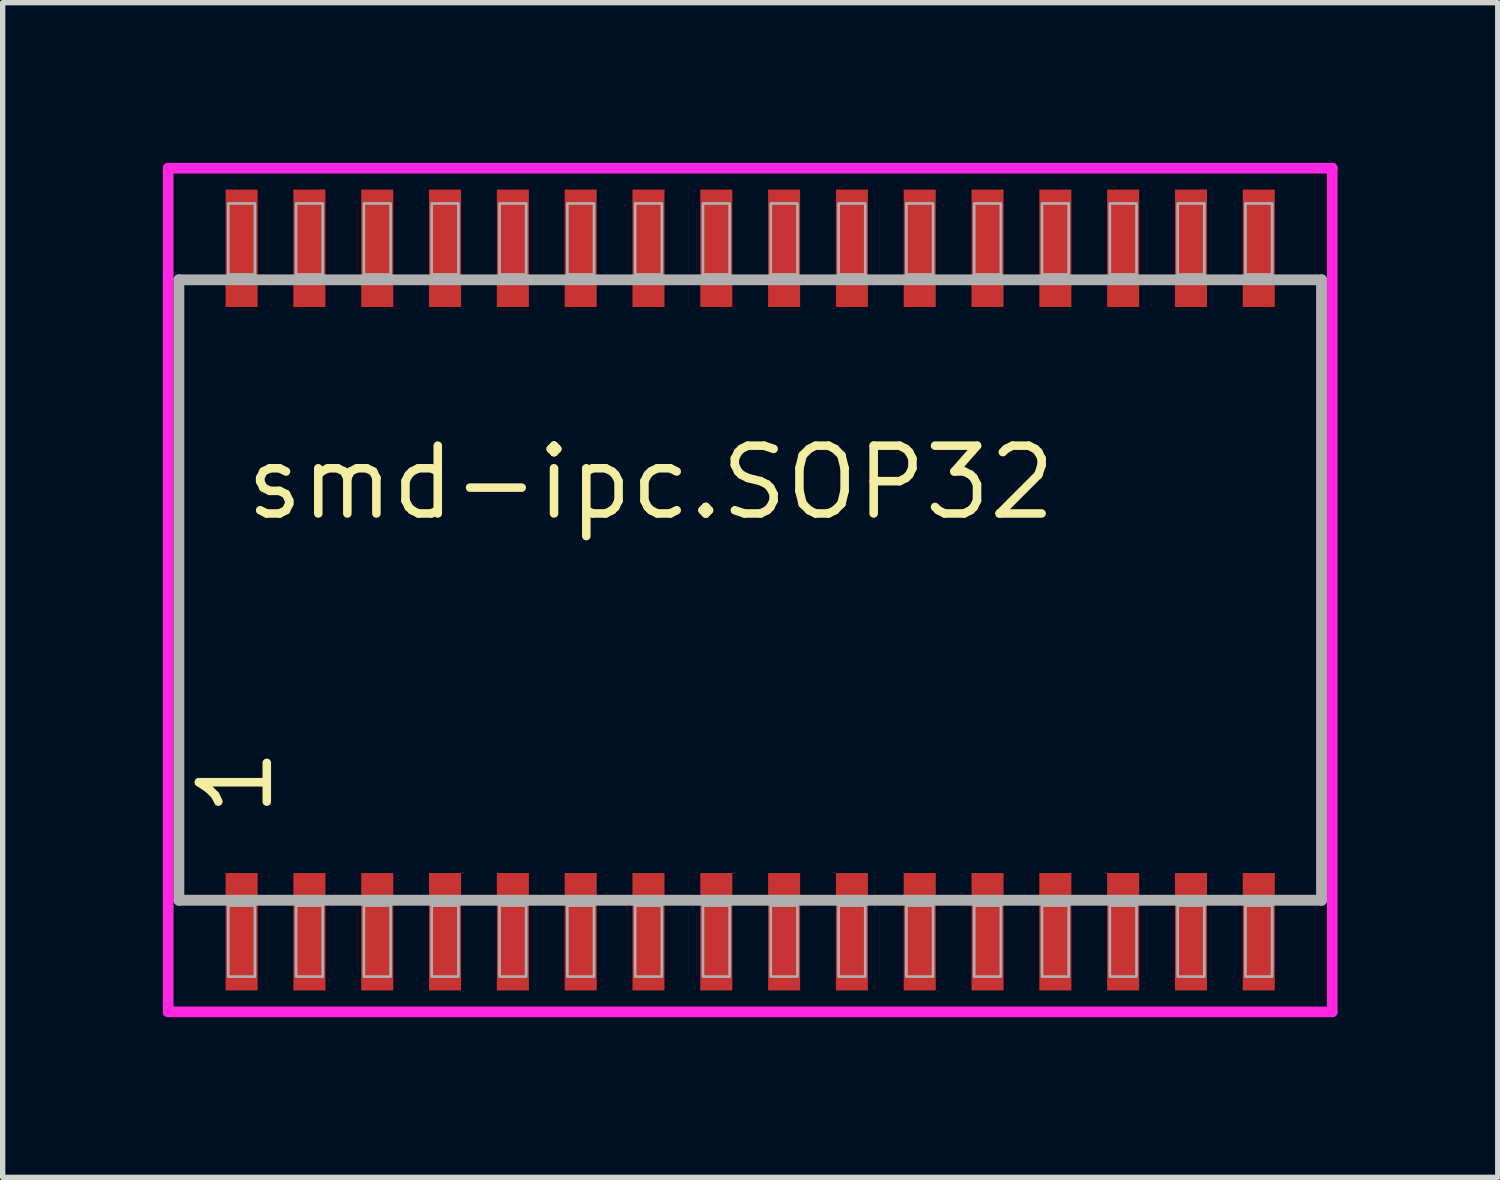
<source format=kicad_pcb>
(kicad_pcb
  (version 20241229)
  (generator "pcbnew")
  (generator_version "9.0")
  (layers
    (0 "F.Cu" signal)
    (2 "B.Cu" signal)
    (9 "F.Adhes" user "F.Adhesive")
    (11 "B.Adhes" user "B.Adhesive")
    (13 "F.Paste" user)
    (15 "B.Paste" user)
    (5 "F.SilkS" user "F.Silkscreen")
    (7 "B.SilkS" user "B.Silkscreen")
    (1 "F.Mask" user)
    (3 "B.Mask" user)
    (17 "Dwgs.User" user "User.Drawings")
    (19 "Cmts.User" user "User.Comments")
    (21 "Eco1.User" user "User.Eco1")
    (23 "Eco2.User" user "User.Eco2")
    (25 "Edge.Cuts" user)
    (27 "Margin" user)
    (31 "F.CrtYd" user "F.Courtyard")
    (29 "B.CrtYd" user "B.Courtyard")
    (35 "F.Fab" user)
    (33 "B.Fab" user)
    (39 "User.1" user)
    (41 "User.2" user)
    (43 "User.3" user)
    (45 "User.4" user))
  (footprint "smd-ipc.SOP32"
    (layer "F.Cu")
    (at 11 8)
    (property "Reference" "smd-ipc.SOP32" (at -9.525 -1.27 0) (layer "F.SilkS") (effects (font (size 1.27 1.27) (thickness 0.16)) (justify left bottom)))
    (attr smd)
    (fp_line (start -10.9 -7.9) (end 10.9 -7.9) (stroke (width 0.2) (type default)) (layer "F.CrtYd"))
    (fp_line (start -10.9 7.9) (end -10.9 -7.9) (stroke (width 0.2) (type default)) (layer "F.CrtYd"))
    (fp_line (start 10.9 -7.9) (end 10.9 7.9) (stroke (width 0.2) (type default)) (layer "F.CrtYd"))
    (fp_line (start 10.9 7.9) (end -10.9 7.9) (stroke (width 0.2) (type default)) (layer "F.CrtYd"))
    (fp_line (start -10.7 -5.81) (end 10.7 -5.81) (stroke (width 0.203) (type default)) (layer "F.Fab"))
    (fp_line (start -10.7 5.81) (end -10.7 -5.81) (stroke (width 0.203) (type default)) (layer "F.Fab"))
    (fp_line (start 10.7 -5.81) (end 10.7 5.81) (stroke (width 0.203) (type default)) (layer "F.Fab"))
    (fp_line (start 10.7 5.81) (end -10.7 5.81) (stroke (width 0.203) (type default)) (layer "F.Fab"))
    (fp_rect (start -9.775 -5.91) (end -9.275 -7.24) (stroke (width 0.05) (type default)) (fill no) (layer "F.Fab"))
    (fp_rect (start -9.775 7.24) (end -9.275 5.91) (stroke (width 0.05) (type default)) (fill no) (layer "F.Fab"))
    (fp_rect (start -8.505 -5.91) (end -8.005 -7.24) (stroke (width 0.05) (type default)) (fill no) (layer "F.Fab"))
    (fp_rect (start -8.505 7.24) (end -8.005 5.91) (stroke (width 0.05) (type default)) (fill no) (layer "F.Fab"))
    (fp_rect (start -7.235 -5.91) (end -6.735 -7.24) (stroke (width 0.05) (type default)) (fill no) (layer "F.Fab"))
    (fp_rect (start -7.235 7.24) (end -6.735 5.91) (stroke (width 0.05) (type default)) (fill no) (layer "F.Fab"))
    (fp_rect (start -5.965 -5.91) (end -5.465 -7.24) (stroke (width 0.05) (type default)) (fill no) (layer "F.Fab"))
    (fp_rect (start -5.965 7.24) (end -5.465 5.91) (stroke (width 0.05) (type default)) (fill no) (layer "F.Fab"))
    (fp_rect (start -4.695 -5.91) (end -4.195 -7.24) (stroke (width 0.05) (type default)) (fill no) (layer "F.Fab"))
    (fp_rect (start -4.695 7.24) (end -4.195 5.91) (stroke (width 0.05) (type default)) (fill no) (layer "F.Fab"))
    (fp_rect (start -3.425 -5.91) (end -2.925 -7.24) (stroke (width 0.05) (type default)) (fill no) (layer "F.Fab"))
    (fp_rect (start -3.425 7.24) (end -2.925 5.91) (stroke (width 0.05) (type default)) (fill no) (layer "F.Fab"))
    (fp_rect (start -2.155 -5.91) (end -1.655 -7.24) (stroke (width 0.05) (type default)) (fill no) (layer "F.Fab"))
    (fp_rect (start -2.155 7.24) (end -1.655 5.91) (stroke (width 0.05) (type default)) (fill no) (layer "F.Fab"))
    (fp_rect (start -0.885 -5.91) (end -0.385 -7.24) (stroke (width 0.05) (type default)) (fill no) (layer "F.Fab"))
    (fp_rect (start -0.885 7.24) (end -0.385 5.91) (stroke (width 0.05) (type default)) (fill no) (layer "F.Fab"))
    (fp_rect (start 0.385 -5.91) (end 0.885 -7.24) (stroke (width 0.05) (type default)) (fill no) (layer "F.Fab"))
    (fp_rect (start 0.385 7.24) (end 0.885 5.91) (stroke (width 0.05) (type default)) (fill no) (layer "F.Fab"))
    (fp_rect (start 1.655 -5.91) (end 2.155 -7.24) (stroke (width 0.05) (type default)) (fill no) (layer "F.Fab"))
    (fp_rect (start 1.655 7.24) (end 2.155 5.91) (stroke (width 0.05) (type default)) (fill no) (layer "F.Fab"))
    (fp_rect (start 2.925 -5.91) (end 3.425 -7.24) (stroke (width 0.05) (type default)) (fill no) (layer "F.Fab"))
    (fp_rect (start 2.925 7.24) (end 3.425 5.91) (stroke (width 0.05) (type default)) (fill no) (layer "F.Fab"))
    (fp_rect (start 4.195 -5.91) (end 4.695 -7.24) (stroke (width 0.05) (type default)) (fill no) (layer "F.Fab"))
    (fp_rect (start 4.195 7.24) (end 4.695 5.91) (stroke (width 0.05) (type default)) (fill no) (layer "F.Fab"))
    (fp_rect (start 5.465 -5.91) (end 5.965 -7.24) (stroke (width 0.05) (type default)) (fill no) (layer "F.Fab"))
    (fp_rect (start 5.465 7.24) (end 5.965 5.91) (stroke (width 0.05) (type default)) (fill no) (layer "F.Fab"))
    (fp_rect (start 6.735 -5.91) (end 7.235 -7.24) (stroke (width 0.05) (type default)) (fill no) (layer "F.Fab"))
    (fp_rect (start 6.735 7.24) (end 7.235 5.91) (stroke (width 0.05) (type default)) (fill no) (layer "F.Fab"))
    (fp_rect (start 8.005 -5.91) (end 8.505 -7.24) (stroke (width 0.05) (type default)) (fill no) (layer "F.Fab"))
    (fp_rect (start 8.005 7.24) (end 8.505 5.91) (stroke (width 0.05) (type default)) (fill no) (layer "F.Fab"))
    (fp_rect (start 9.275 -5.91) (end 9.775 -7.24) (stroke (width 0.05) (type default)) (fill no) (layer "F.Fab"))
    (fp_rect (start 9.275 7.24) (end 9.775 5.91) (stroke (width 0.05) (type default)) (fill no) (layer "F.Fab"))
    (fp_text user "1" (at -8.89 4.31 90) (layer "F.SilkS") (effects (font (size 1.27 1.27) (thickness 0.16)) (justify left bottom)))
    (pad "1" smd roundrect (at -9.525 6.4) (size 0.6 2.2) (layers "F.Cu" "F.Mask" "F.Paste") (roundrect_rratio 0.01))
    (pad "2" smd roundrect (at -8.255 6.4) (size 0.6 2.2) (layers "F.Cu" "F.Mask" "F.Paste") (roundrect_rratio 0.01))
    (pad "3" smd roundrect (at -6.985 6.4) (size 0.6 2.2) (layers "F.Cu" "F.Mask" "F.Paste") (roundrect_rratio 0.01))
    (pad "4" smd roundrect (at -5.715 6.4) (size 0.6 2.2) (layers "F.Cu" "F.Mask" "F.Paste") (roundrect_rratio 0.01))
    (pad "5" smd roundrect (at -4.445 6.4) (size 0.6 2.2) (layers "F.Cu" "F.Mask" "F.Paste") (roundrect_rratio 0.01))
    (pad "6" smd roundrect (at -3.175 6.4) (size 0.6 2.2) (layers "F.Cu" "F.Mask" "F.Paste") (roundrect_rratio 0.01))
    (pad "7" smd roundrect (at -1.905 6.4) (size 0.6 2.2) (layers "F.Cu" "F.Mask" "F.Paste") (roundrect_rratio 0.01))
    (pad "8" smd roundrect (at -0.635 6.4) (size 0.6 2.2) (layers "F.Cu" "F.Mask" "F.Paste") (roundrect_rratio 0.01))
    (pad "9" smd roundrect (at 0.635 6.4) (size 0.6 2.2) (layers "F.Cu" "F.Mask" "F.Paste") (roundrect_rratio 0.01))
    (pad "10" smd roundrect (at 1.905 6.4) (size 0.6 2.2) (layers "F.Cu" "F.Mask" "F.Paste") (roundrect_rratio 0.01))
    (pad "11" smd roundrect (at 3.175 6.4) (size 0.6 2.2) (layers "F.Cu" "F.Mask" "F.Paste") (roundrect_rratio 0.01))
    (pad "12" smd roundrect (at 4.445 6.4) (size 0.6 2.2) (layers "F.Cu" "F.Mask" "F.Paste") (roundrect_rratio 0.01))
    (pad "13" smd roundrect (at 5.715 6.4) (size 0.6 2.2) (layers "F.Cu" "F.Mask" "F.Paste") (roundrect_rratio 0.01))
    (pad "14" smd roundrect (at 6.985 6.4) (size 0.6 2.2) (layers "F.Cu" "F.Mask" "F.Paste") (roundrect_rratio 0.01))
    (pad "15" smd roundrect (at 8.255 6.4) (size 0.6 2.2) (layers "F.Cu" "F.Mask" "F.Paste") (roundrect_rratio 0.01))
    (pad "16" smd roundrect (at 9.525 6.4) (size 0.6 2.2) (layers "F.Cu" "F.Mask" "F.Paste") (roundrect_rratio 0.01))
    (pad "17" smd roundrect (at 9.525 -6.4) (size 0.6 2.2) (layers "F.Cu" "F.Mask" "F.Paste") (roundrect_rratio 0.01))
    (pad "18" smd roundrect (at 8.255 -6.4) (size 0.6 2.2) (layers "F.Cu" "F.Mask" "F.Paste") (roundrect_rratio 0.01))
    (pad "19" smd roundrect (at 6.985 -6.4) (size 0.6 2.2) (layers "F.Cu" "F.Mask" "F.Paste") (roundrect_rratio 0.01))
    (pad "20" smd roundrect (at 5.715 -6.4) (size 0.6 2.2) (layers "F.Cu" "F.Mask" "F.Paste") (roundrect_rratio 0.01))
    (pad "21" smd roundrect (at 4.445 -6.4) (size 0.6 2.2) (layers "F.Cu" "F.Mask" "F.Paste") (roundrect_rratio 0.01))
    (pad "22" smd roundrect (at 3.175 -6.4) (size 0.6 2.2) (layers "F.Cu" "F.Mask" "F.Paste") (roundrect_rratio 0.01))
    (pad "23" smd roundrect (at 1.905 -6.4) (size 0.6 2.2) (layers "F.Cu" "F.Mask" "F.Paste") (roundrect_rratio 0.01))
    (pad "24" smd roundrect (at 0.635 -6.4) (size 0.6 2.2) (layers "F.Cu" "F.Mask" "F.Paste") (roundrect_rratio 0.01))
    (pad "25" smd roundrect (at -0.635 -6.4) (size 0.6 2.2) (layers "F.Cu" "F.Mask" "F.Paste") (roundrect_rratio 0.01))
    (pad "26" smd roundrect (at -1.905 -6.4) (size 0.6 2.2) (layers "F.Cu" "F.Mask" "F.Paste") (roundrect_rratio 0.01))
    (pad "27" smd roundrect (at -3.175 -6.4) (size 0.6 2.2) (layers "F.Cu" "F.Mask" "F.Paste") (roundrect_rratio 0.01))
    (pad "28" smd roundrect (at -4.445 -6.4) (size 0.6 2.2) (layers "F.Cu" "F.Mask" "F.Paste") (roundrect_rratio 0.01))
    (pad "29" smd roundrect (at -5.715 -6.4) (size 0.6 2.2) (layers "F.Cu" "F.Mask" "F.Paste") (roundrect_rratio 0.01))
    (pad "30" smd roundrect (at -6.985 -6.4) (size 0.6 2.2) (layers "F.Cu" "F.Mask" "F.Paste") (roundrect_rratio 0.01))
    (pad "31" smd roundrect (at -8.255 -6.4) (size 0.6 2.2) (layers "F.Cu" "F.Mask" "F.Paste") (roundrect_rratio 0.01))
    (pad "32" smd roundrect (at -9.525 -6.4) (size 0.6 2.2) (layers "F.Cu" "F.Mask" "F.Paste") (roundrect_rratio 0.01)))
  (gr_rect
    (start -3 -3)
    (end 25 19)
    (stroke (width 0.1) (type default))
    (fill no)
    (layer "Edge.Cuts")))
</source>
